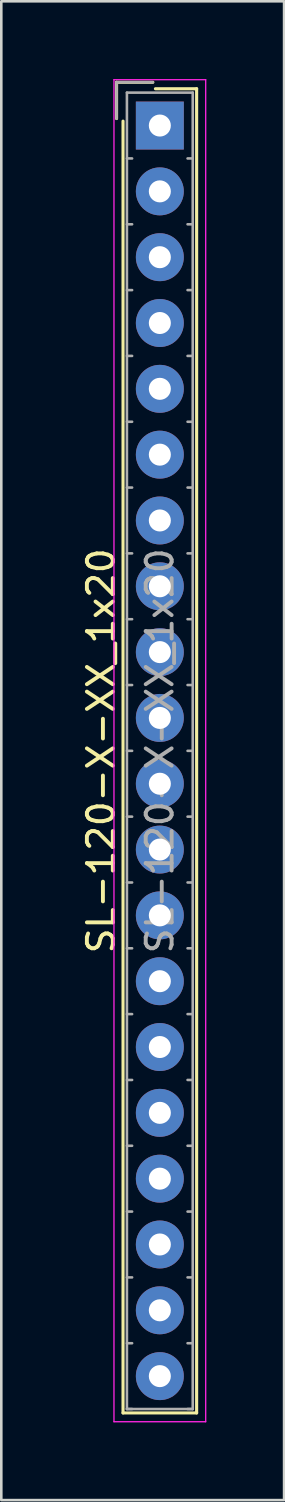
<source format=kicad_pcb>
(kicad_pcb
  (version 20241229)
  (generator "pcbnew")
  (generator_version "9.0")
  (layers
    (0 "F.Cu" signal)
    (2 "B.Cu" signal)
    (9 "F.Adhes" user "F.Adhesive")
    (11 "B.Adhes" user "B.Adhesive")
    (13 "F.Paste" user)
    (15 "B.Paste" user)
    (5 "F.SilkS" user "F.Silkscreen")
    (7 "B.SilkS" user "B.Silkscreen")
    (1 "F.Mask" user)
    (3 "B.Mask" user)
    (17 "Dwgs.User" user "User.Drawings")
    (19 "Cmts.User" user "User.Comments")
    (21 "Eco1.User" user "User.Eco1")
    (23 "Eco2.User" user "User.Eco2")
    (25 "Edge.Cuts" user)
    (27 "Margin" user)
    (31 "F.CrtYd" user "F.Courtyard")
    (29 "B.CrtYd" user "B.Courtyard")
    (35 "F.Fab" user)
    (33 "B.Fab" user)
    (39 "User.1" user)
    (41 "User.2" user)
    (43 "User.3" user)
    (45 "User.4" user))
  (footprint "SL-120-X-XX_1x20"
    (layer "F.Cu")
    (at 3.118 1.795)
    (property "Reference" "SL-120-X-XX_1x20" (at -2.27 24.13 90) (layer "F.SilkS") (effects (font (size 1 1) (thickness 0.15))))
    (attr through_hole)
    (fp_line (start -1.67 -1.67) (end -1.67 -0.27) (stroke (width 0.12) (type solid)) (layer "F.SilkS"))
    (fp_line (start -1.42 49.68) (end -1.42 -0.17) (stroke (width 0.12) (type solid)) (layer "F.SilkS"))
    (fp_line (start -0.27 -1.67) (end -1.67 -1.67) (stroke (width 0.12) (type solid)) (layer "F.SilkS"))
    (fp_line (start -0.17 -1.42) (end 1.42 -1.42) (stroke (width 0.12) (type solid)) (layer "F.SilkS"))
    (fp_line (start 1.42 -1.42) (end 1.42 49.68) (stroke (width 0.12) (type solid)) (layer "F.SilkS"))
    (fp_line (start 1.42 49.68) (end -1.42 49.68) (stroke (width 0.12) (type solid)) (layer "F.SilkS"))
    (fp_line (start -1.77 -1.77) (end -1.77 50.02) (stroke (width 0.05) (type solid)) (layer "F.CrtYd"))
    (fp_line (start -1.77 50.02) (end 1.77 50.02) (stroke (width 0.05) (type solid)) (layer "F.CrtYd"))
    (fp_line (start 1.77 -1.77) (end -1.77 -1.77) (stroke (width 0.05) (type solid)) (layer "F.CrtYd"))
    (fp_line (start 1.77 50.02) (end 1.77 -1.77) (stroke (width 0.05) (type solid)) (layer "F.CrtYd"))
    (fp_line (start -1.67 -1.67) (end -1.67 -0.27) (stroke (width 0.1) (type solid)) (layer "F.Fab"))
    (fp_line (start -1.27 -1.27) (end -1.27 49.53) (stroke (width 0.1) (type solid)) (layer "F.Fab"))
    (fp_line (start -1.27 1.27) (end -1.07 1.27) (stroke (width 0.1) (type solid)) (layer "F.Fab"))
    (fp_line (start -1.27 3.81) (end -1.07 3.81) (stroke (width 0.1) (type solid)) (layer "F.Fab"))
    (fp_line (start -1.27 6.35) (end -1.07 6.35) (stroke (width 0.1) (type solid)) (layer "F.Fab"))
    (fp_line (start -1.27 8.89) (end -1.07 8.89) (stroke (width 0.1) (type solid)) (layer "F.Fab"))
    (fp_line (start -1.27 11.43) (end -1.07 11.43) (stroke (width 0.1) (type solid)) (layer "F.Fab"))
    (fp_line (start -1.27 13.97) (end -1.07 13.97) (stroke (width 0.1) (type solid)) (layer "F.Fab"))
    (fp_line (start -1.27 16.51) (end -1.07 16.51) (stroke (width 0.1) (type solid)) (layer "F.Fab"))
    (fp_line (start -1.27 19.05) (end -1.07 19.05) (stroke (width 0.1) (type solid)) (layer "F.Fab"))
    (fp_line (start -1.27 21.59) (end -1.07 21.59) (stroke (width 0.1) (type solid)) (layer "F.Fab"))
    (fp_line (start -1.27 24.13) (end -1.07 24.13) (stroke (width 0.1) (type solid)) (layer "F.Fab"))
    (fp_line (start -1.27 26.67) (end -1.07 26.67) (stroke (width 0.1) (type solid)) (layer "F.Fab"))
    (fp_line (start -1.27 29.21) (end -1.07 29.21) (stroke (width 0.1) (type solid)) (layer "F.Fab"))
    (fp_line (start -1.27 31.75) (end -1.07 31.75) (stroke (width 0.1) (type solid)) (layer "F.Fab"))
    (fp_line (start -1.27 34.29) (end -1.07 34.29) (stroke (width 0.1) (type solid)) (layer "F.Fab"))
    (fp_line (start -1.27 36.83) (end -1.07 36.83) (stroke (width 0.1) (type solid)) (layer "F.Fab"))
    (fp_line (start -1.27 39.37) (end -1.07 39.37) (stroke (width 0.1) (type solid)) (layer "F.Fab"))
    (fp_line (start -1.27 41.91) (end -1.07 41.91) (stroke (width 0.1) (type solid)) (layer "F.Fab"))
    (fp_line (start -1.27 44.45) (end -1.07 44.45) (stroke (width 0.1) (type solid)) (layer "F.Fab"))
    (fp_line (start -1.27 46.99) (end -1.07 46.99) (stroke (width 0.1) (type solid)) (layer "F.Fab"))
    (fp_line (start -1.27 49.53) (end -1.07 49.53) (stroke (width 0.1) (type solid)) (layer "F.Fab"))
    (fp_line (start -1.27 49.53) (end 1.27 49.53) (stroke (width 0.1) (type solid)) (layer "F.Fab"))
    (fp_line (start -0.27 -1.67) (end -1.67 -1.67) (stroke (width 0.1) (type solid)) (layer "F.Fab"))
    (fp_line (start 1.27 -1.27) (end -1.27 -1.27) (stroke (width 0.1) (type solid)) (layer "F.Fab"))
    (fp_line (start 1.27 1.27) (end 1.07 1.27) (stroke (width 0.1) (type solid)) (layer "F.Fab"))
    (fp_line (start 1.27 3.81) (end 1.07 3.81) (stroke (width 0.1) (type solid)) (layer "F.Fab"))
    (fp_line (start 1.27 6.35) (end 1.07 6.35) (stroke (width 0.1) (type solid)) (layer "F.Fab"))
    (fp_line (start 1.27 8.89) (end 1.07 8.89) (stroke (width 0.1) (type solid)) (layer "F.Fab"))
    (fp_line (start 1.27 11.43) (end 1.07 11.43) (stroke (width 0.1) (type solid)) (layer "F.Fab"))
    (fp_line (start 1.27 13.97) (end 1.07 13.97) (stroke (width 0.1) (type solid)) (layer "F.Fab"))
    (fp_line (start 1.27 16.51) (end 1.07 16.51) (stroke (width 0.1) (type solid)) (layer "F.Fab"))
    (fp_line (start 1.27 19.05) (end 1.07 19.05) (stroke (width 0.1) (type solid)) (layer "F.Fab"))
    (fp_line (start 1.27 21.59) (end 1.07 21.59) (stroke (width 0.1) (type solid)) (layer "F.Fab"))
    (fp_line (start 1.27 24.13) (end 1.07 24.13) (stroke (width 0.1) (type solid)) (layer "F.Fab"))
    (fp_line (start 1.27 26.67) (end 1.07 26.67) (stroke (width 0.1) (type solid)) (layer "F.Fab"))
    (fp_line (start 1.27 29.21) (end 1.07 29.21) (stroke (width 0.1) (type solid)) (layer "F.Fab"))
    (fp_line (start 1.27 31.75) (end 1.07 31.75) (stroke (width 0.1) (type solid)) (layer "F.Fab"))
    (fp_line (start 1.27 34.29) (end 1.07 34.29) (stroke (width 0.1) (type solid)) (layer "F.Fab"))
    (fp_line (start 1.27 36.83) (end 1.07 36.83) (stroke (width 0.1) (type solid)) (layer "F.Fab"))
    (fp_line (start 1.27 39.37) (end 1.07 39.37) (stroke (width 0.1) (type solid)) (layer "F.Fab"))
    (fp_line (start 1.27 41.91) (end 1.07 41.91) (stroke (width 0.1) (type solid)) (layer "F.Fab"))
    (fp_line (start 1.27 44.45) (end 1.07 44.45) (stroke (width 0.1) (type solid)) (layer "F.Fab"))
    (fp_line (start 1.27 46.99) (end 1.07 46.99) (stroke (width 0.1) (type solid)) (layer "F.Fab"))
    (fp_line (start 1.27 49.53) (end 1.07 49.53) (stroke (width 0.1) (type solid)) (layer "F.Fab"))
    (fp_line (start 1.27 49.53) (end 1.27 -1.27) (stroke (width 0.1) (type solid)) (layer "F.Fab"))
    (fp_text user "${REFERENCE}" (at 0 24.13 90) (layer "F.Fab") (effects (font (size 1 1) (thickness 0.15))))
    (pad "1" thru_hole rect (at 0 0) (size 1.85 1.85) (drill 0.85) (layers "*.Cu" "*.Mask"))
    (pad "2" thru_hole circle (at 0 2.54) (size 1.85 1.85) (drill 0.85) (layers "*.Cu" "*.Mask"))
    (pad "3" thru_hole circle (at 0 5.08) (size 1.85 1.85) (drill 0.85) (layers "*.Cu" "*.Mask"))
    (pad "4" thru_hole circle (at 0 7.62) (size 1.85 1.85) (drill 0.85) (layers "*.Cu" "*.Mask"))
    (pad "5" thru_hole circle (at 0 10.16) (size 1.85 1.85) (drill 0.85) (layers "*.Cu" "*.Mask"))
    (pad "6" thru_hole circle (at 0 12.7) (size 1.85 1.85) (drill 0.85) (layers "*.Cu" "*.Mask"))
    (pad "7" thru_hole circle (at 0 15.24) (size 1.85 1.85) (drill 0.85) (layers "*.Cu" "*.Mask"))
    (pad "8" thru_hole circle (at 0 17.78) (size 1.85 1.85) (drill 0.85) (layers "*.Cu" "*.Mask"))
    (pad "9" thru_hole circle (at 0 20.32) (size 1.85 1.85) (drill 0.85) (layers "*.Cu" "*.Mask"))
    (pad "10" thru_hole circle (at 0 22.86) (size 1.85 1.85) (drill 0.85) (layers "*.Cu" "*.Mask"))
    (pad "11" thru_hole circle (at 0 25.4) (size 1.85 1.85) (drill 0.85) (layers "*.Cu" "*.Mask"))
    (pad "12" thru_hole circle (at 0 27.94) (size 1.85 1.85) (drill 0.85) (layers "*.Cu" "*.Mask"))
    (pad "13" thru_hole circle (at 0 30.48) (size 1.85 1.85) (drill 0.85) (layers "*.Cu" "*.Mask"))
    (pad "14" thru_hole circle (at 0 33.02) (size 1.85 1.85) (drill 0.85) (layers "*.Cu" "*.Mask"))
    (pad "15" thru_hole circle (at 0 35.56) (size 1.85 1.85) (drill 0.85) (layers "*.Cu" "*.Mask"))
    (pad "16" thru_hole circle (at 0 38.1) (size 1.85 1.85) (drill 0.85) (layers "*.Cu" "*.Mask"))
    (pad "17" thru_hole circle (at 0 40.64) (size 1.85 1.85) (drill 0.85) (layers "*.Cu" "*.Mask"))
    (pad "18" thru_hole circle (at 0 43.18) (size 1.85 1.85) (drill 0.85) (layers "*.Cu" "*.Mask"))
    (pad "19" thru_hole circle (at 0 45.72) (size 1.85 1.85) (drill 0.85) (layers "*.Cu" "*.Mask"))
    (pad "20" thru_hole circle (at 0 48.26) (size 1.85 1.85) (drill 0.85) (layers "*.Cu" "*.Mask")))
  (gr_rect
    (start -3 -3)
    (end 7.913 54.84)
    (stroke (width 0.1) (type default))
    (fill no)
    (layer "Edge.Cuts")))
</source>
